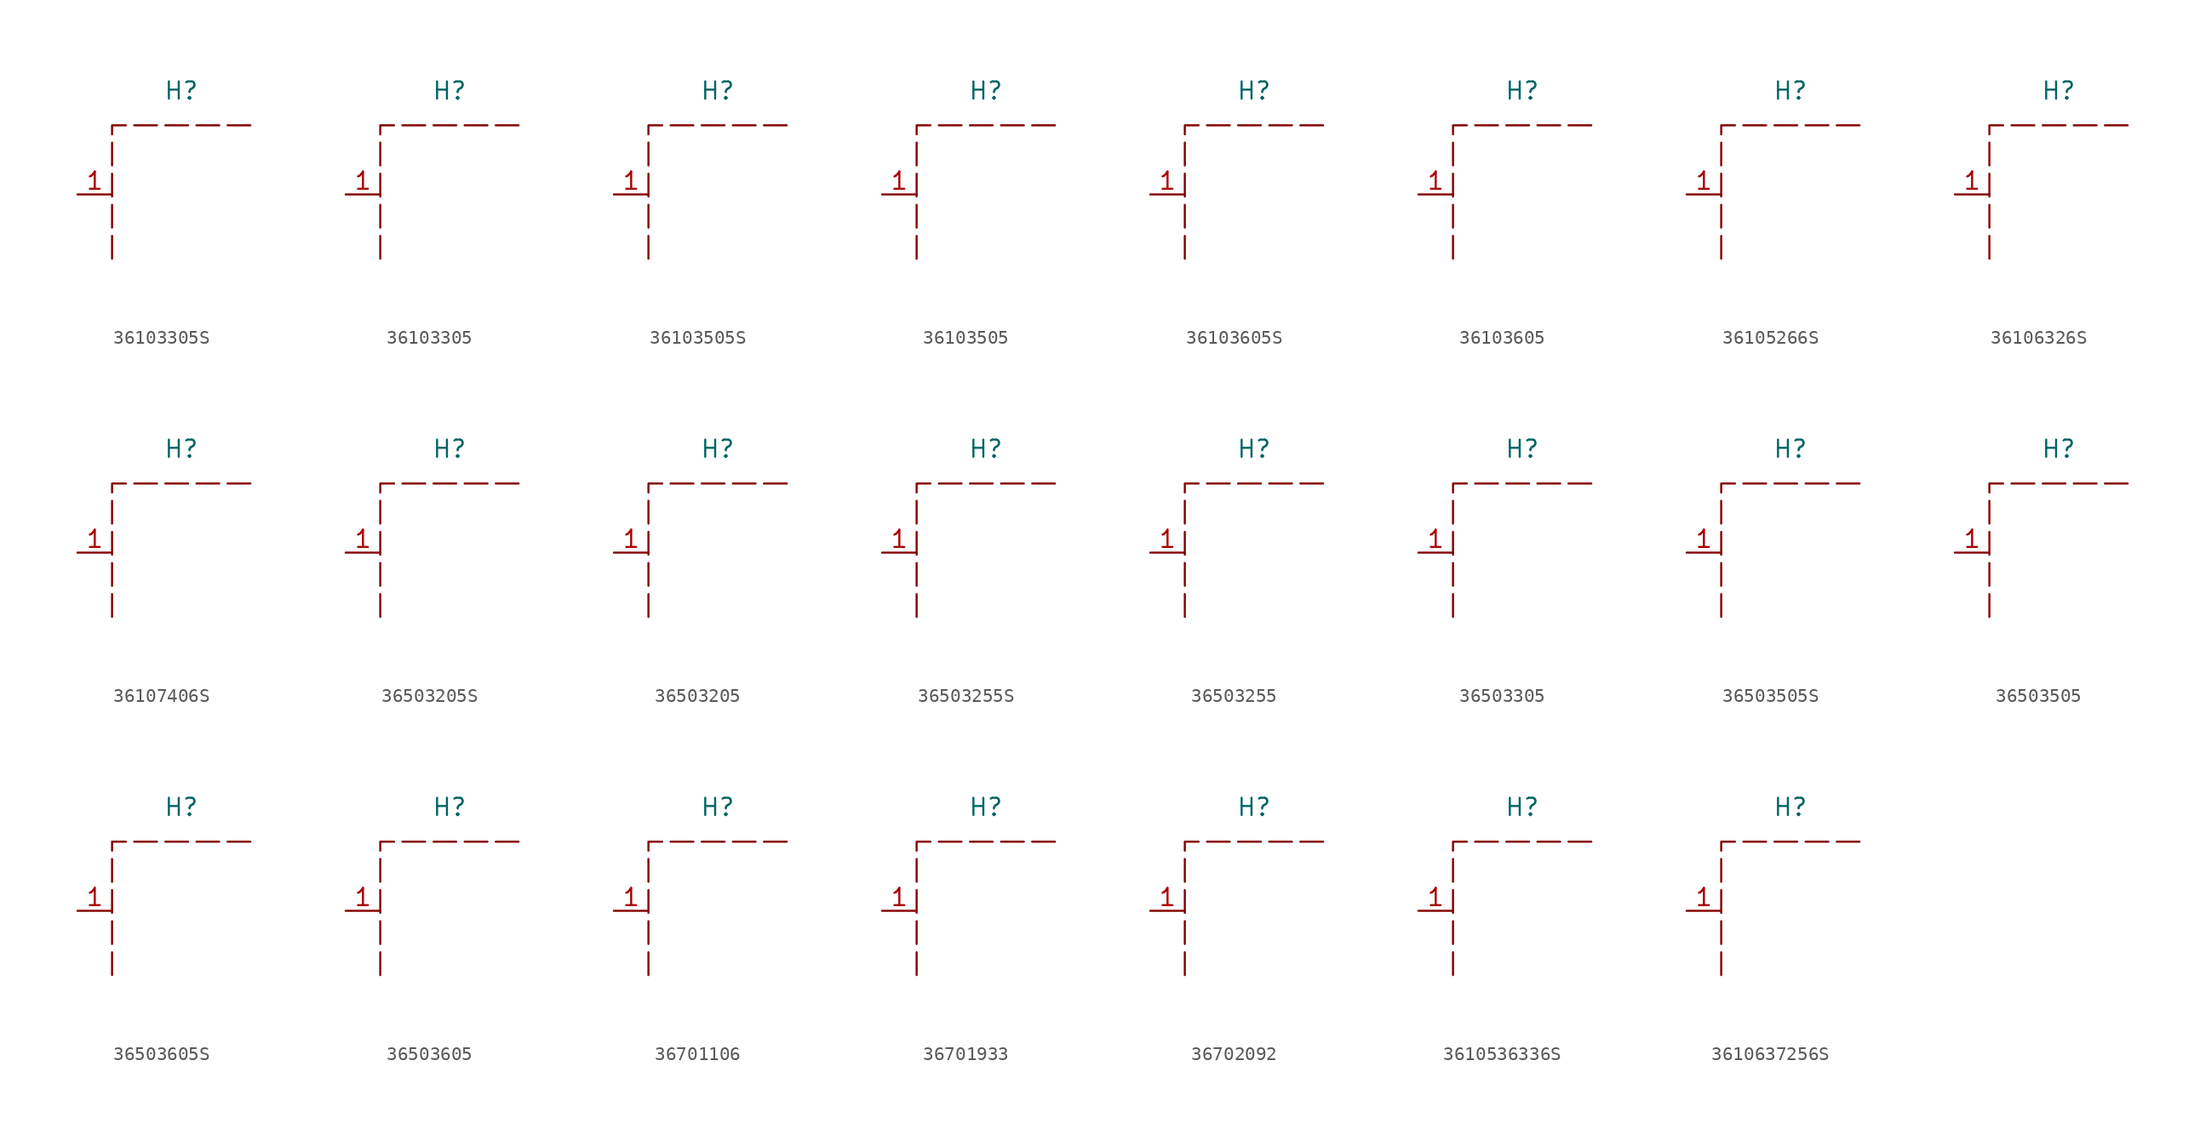
<source format=kicad_sym>
(kicad_symbol_lib
  (version 20220914)
  (generator kicad_symbol_editor)
  (symbol "36103305S"
    (pin_names hide)
    (property "Reference" "H"
      (at 0 7.62 0)
      (effects (font (size 1.27 1.27))))
    (property "Critical Parameter" ""
      (at 0 -7.62 0)
      (effects (font (size 1.27 1.27))))
    (symbol "36103305S_1_1"
      (polyline (pts (xy 5.08 5.08) (xy -5.08 5.08) (xy -5.08 -5.08)) (stroke (width 0) (type dash)) (fill (type none)))
      (pin power_in line (at -7.62 0 0) (length 2.54) (name "GND" (effects (font (size 1.27 1.27)))) (number "1" (effects (font (size 1.27 1.27)))))))
  (symbol "36103305"
    (pin_names hide)
    (property "Reference" "H"
      (at 0 7.62 0)
      (effects (font (size 1.27 1.27))))
    (property "Critical Parameter" ""
      (at 0 -7.62 0)
      (effects (font (size 1.27 1.27))))
    (symbol "36103305_1_1"
      (polyline (pts (xy 5.08 5.08) (xy -5.08 5.08) (xy -5.08 -5.08)) (stroke (width 0) (type dash)) (fill (type none)))
      (pin power_in line (at -7.62 0 0) (length 2.54) (name "GND" (effects (font (size 1.27 1.27)))) (number "1" (effects (font (size 1.27 1.27)))))))
  (symbol "36103505S"
    (pin_names hide)
    (property "Reference" "H"
      (at 0 7.62 0)
      (effects (font (size 1.27 1.27))))
    (property "Critical Parameter" ""
      (at 0 -7.62 0)
      (effects (font (size 1.27 1.27))))
    (symbol "36103505S_1_1"
      (polyline (pts (xy 5.08 5.08) (xy -5.08 5.08) (xy -5.08 -5.08)) (stroke (width 0) (type dash)) (fill (type none)))
      (pin power_in line (at -7.62 0 0) (length 2.54) (name "GND" (effects (font (size 1.27 1.27)))) (number "1" (effects (font (size 1.27 1.27)))))))
  (symbol "36103505"
    (pin_names hide)
    (property "Reference" "H"
      (at 0 7.62 0)
      (effects (font (size 1.27 1.27))))
    (property "Critical Parameter" ""
      (at 0 -7.62 0)
      (effects (font (size 1.27 1.27))))
    (symbol "36103505_1_1"
      (polyline (pts (xy 5.08 5.08) (xy -5.08 5.08) (xy -5.08 -5.08)) (stroke (width 0) (type dash)) (fill (type none)))
      (pin power_in line (at -7.62 0 0) (length 2.54) (name "GND" (effects (font (size 1.27 1.27)))) (number "1" (effects (font (size 1.27 1.27)))))))
  (symbol "36103605S"
    (pin_names hide)
    (property "Reference" "H"
      (at 0 7.62 0)
      (effects (font (size 1.27 1.27))))
    (property "Critical Parameter" ""
      (at 0 -7.62 0)
      (effects (font (size 1.27 1.27))))
    (symbol "36103605S_1_1"
      (polyline (pts (xy 5.08 5.08) (xy -5.08 5.08) (xy -5.08 -5.08)) (stroke (width 0) (type dash)) (fill (type none)))
      (pin power_in line (at -7.62 0 0) (length 2.54) (name "GND" (effects (font (size 1.27 1.27)))) (number "1" (effects (font (size 1.27 1.27)))))))
  (symbol "36103605"
    (pin_names hide)
    (property "Reference" "H"
      (at 0 7.62 0)
      (effects (font (size 1.27 1.27))))
    (property "Critical Parameter" ""
      (at 0 -7.62 0)
      (effects (font (size 1.27 1.27))))
    (symbol "36103605_1_1"
      (polyline (pts (xy 5.08 5.08) (xy -5.08 5.08) (xy -5.08 -5.08)) (stroke (width 0) (type dash)) (fill (type none)))
      (pin power_in line (at -7.62 0 0) (length 2.54) (name "GND" (effects (font (size 1.27 1.27)))) (number "1" (effects (font (size 1.27 1.27)))))))
  (symbol "36105266S"
    (pin_names hide)
    (property "Reference" "H"
      (at 0 7.62 0)
      (effects (font (size 1.27 1.27))))
    (property "Critical Parameter" ""
      (at 0 -7.62 0)
      (effects (font (size 1.27 1.27))))
    (symbol "36105266S_1_1"
      (polyline (pts (xy 5.08 5.08) (xy -5.08 5.08) (xy -5.08 -5.08)) (stroke (width 0) (type dash)) (fill (type none)))
      (pin power_in line (at -7.62 0 0) (length 2.54) (name "GND" (effects (font (size 1.27 1.27)))) (number "1" (effects (font (size 1.27 1.27)))))))
  (symbol "36106326S"
    (pin_names hide)
    (property "Reference" "H"
      (at 0 7.62 0)
      (effects (font (size 1.27 1.27))))
    (property "Critical Parameter" ""
      (at 0 -7.62 0)
      (effects (font (size 1.27 1.27))))
    (symbol "36106326S_1_1"
      (polyline (pts (xy 5.08 5.08) (xy -5.08 5.08) (xy -5.08 -5.08)) (stroke (width 0) (type dash)) (fill (type none)))
      (pin power_in line (at -7.62 0 0) (length 2.54) (name "GND" (effects (font (size 1.27 1.27)))) (number "1" (effects (font (size 1.27 1.27)))))))
  (symbol "36107406S"
    (pin_names hide)
    (property "Reference" "H"
      (at 0 7.62 0)
      (effects (font (size 1.27 1.27))))
    (property "Critical Parameter" ""
      (at 0 -7.62 0)
      (effects (font (size 1.27 1.27))))
    (symbol "36107406S_1_1"
      (polyline (pts (xy 5.08 5.08) (xy -5.08 5.08) (xy -5.08 -5.08)) (stroke (width 0) (type dash)) (fill (type none)))
      (pin power_in line (at -7.62 0 0) (length 2.54) (name "GND" (effects (font (size 1.27 1.27)))) (number "1" (effects (font (size 1.27 1.27)))))))
  (symbol "36503205S"
    (pin_names hide)
    (property "Reference" "H"
      (at 0 7.62 0)
      (effects (font (size 1.27 1.27))))
    (property "Critical Parameter" ""
      (at 0 -7.62 0)
      (effects (font (size 1.27 1.27))))
    (symbol "36503205S_1_1"
      (polyline (pts (xy 5.08 5.08) (xy -5.08 5.08) (xy -5.08 -5.08)) (stroke (width 0) (type dash)) (fill (type none)))
      (pin power_in line (at -7.62 0 0) (length 2.54) (name "GND" (effects (font (size 1.27 1.27)))) (number "1" (effects (font (size 1.27 1.27)))))))
  (symbol "36503205"
    (pin_names hide)
    (property "Reference" "H"
      (at 0 7.62 0)
      (effects (font (size 1.27 1.27))))
    (property "Critical Parameter" ""
      (at 0 -7.62 0)
      (effects (font (size 1.27 1.27))))
    (symbol "36503205_1_1"
      (polyline (pts (xy 5.08 5.08) (xy -5.08 5.08) (xy -5.08 -5.08)) (stroke (width 0) (type dash)) (fill (type none)))
      (pin power_in line (at -7.62 0 0) (length 2.54) (name "GND" (effects (font (size 1.27 1.27)))) (number "1" (effects (font (size 1.27 1.27)))))))
  (symbol "36503255S"
    (pin_names hide)
    (property "Reference" "H"
      (at 0 7.62 0)
      (effects (font (size 1.27 1.27))))
    (property "Critical Parameter" ""
      (at 0 -7.62 0)
      (effects (font (size 1.27 1.27))))
    (symbol "36503255S_1_1"
      (polyline (pts (xy 5.08 5.08) (xy -5.08 5.08) (xy -5.08 -5.08)) (stroke (width 0) (type dash)) (fill (type none)))
      (pin power_in line (at -7.62 0 0) (length 2.54) (name "GND" (effects (font (size 1.27 1.27)))) (number "1" (effects (font (size 1.27 1.27)))))))
  (symbol "36503255"
    (pin_names hide)
    (property "Reference" "H"
      (at 0 7.62 0)
      (effects (font (size 1.27 1.27))))
    (property "Critical Parameter" ""
      (at 0 -7.62 0)
      (effects (font (size 1.27 1.27))))
    (symbol "36503255_1_1"
      (polyline (pts (xy 5.08 5.08) (xy -5.08 5.08) (xy -5.08 -5.08)) (stroke (width 0) (type dash)) (fill (type none)))
      (pin power_in line (at -7.62 0 0) (length 2.54) (name "GND" (effects (font (size 1.27 1.27)))) (number "1" (effects (font (size 1.27 1.27)))))))
  (symbol "36503305"
    (pin_names hide)
    (property "Reference" "H"
      (at 0 7.62 0)
      (effects (font (size 1.27 1.27))))
    (property "Critical Parameter" ""
      (at 0 -7.62 0)
      (effects (font (size 1.27 1.27))))
    (symbol "36503305_1_1"
      (polyline (pts (xy 5.08 5.08) (xy -5.08 5.08) (xy -5.08 -5.08)) (stroke (width 0) (type dash)) (fill (type none)))
      (pin power_in line (at -7.62 0 0) (length 2.54) (name "GND" (effects (font (size 1.27 1.27)))) (number "1" (effects (font (size 1.27 1.27)))))))
  (symbol "36503505S"
    (pin_names hide)
    (property "Reference" "H"
      (at 0 7.62 0)
      (effects (font (size 1.27 1.27))))
    (property "Critical Parameter" ""
      (at 0 -7.62 0)
      (effects (font (size 1.27 1.27))))
    (symbol "36503505S_1_1"
      (polyline (pts (xy 5.08 5.08) (xy -5.08 5.08) (xy -5.08 -5.08)) (stroke (width 0) (type dash)) (fill (type none)))
      (pin power_in line (at -7.62 0 0) (length 2.54) (name "GND" (effects (font (size 1.27 1.27)))) (number "1" (effects (font (size 1.27 1.27)))))))
  (symbol "36503505"
    (pin_names hide)
    (property "Reference" "H"
      (at 0 7.62 0)
      (effects (font (size 1.27 1.27))))
    (property "Critical Parameter" ""
      (at 0 -7.62 0)
      (effects (font (size 1.27 1.27))))
    (symbol "36503505_1_1"
      (polyline (pts (xy 5.08 5.08) (xy -5.08 5.08) (xy -5.08 -5.08)) (stroke (width 0) (type dash)) (fill (type none)))
      (pin power_in line (at -7.62 0 0) (length 2.54) (name "GND" (effects (font (size 1.27 1.27)))) (number "1" (effects (font (size 1.27 1.27)))))))
  (symbol "36503605S"
    (pin_names hide)
    (property "Reference" "H"
      (at 0 7.62 0)
      (effects (font (size 1.27 1.27))))
    (property "Critical Parameter" ""
      (at 0 -7.62 0)
      (effects (font (size 1.27 1.27))))
    (symbol "36503605S_1_1"
      (polyline (pts (xy 5.08 5.08) (xy -5.08 5.08) (xy -5.08 -5.08)) (stroke (width 0) (type dash)) (fill (type none)))
      (pin power_in line (at -7.62 0 0) (length 2.54) (name "GND" (effects (font (size 1.27 1.27)))) (number "1" (effects (font (size 1.27 1.27)))))))
  (symbol "36503605"
    (pin_names hide)
    (property "Reference" "H"
      (at 0 7.62 0)
      (effects (font (size 1.27 1.27))))
    (property "Critical Parameter" ""
      (at 0 -7.62 0)
      (effects (font (size 1.27 1.27))))
    (symbol "36503605_1_1"
      (polyline (pts (xy 5.08 5.08) (xy -5.08 5.08) (xy -5.08 -5.08)) (stroke (width 0) (type dash)) (fill (type none)))
      (pin power_in line (at -7.62 0 0) (length 2.54) (name "GND" (effects (font (size 1.27 1.27)))) (number "1" (effects (font (size 1.27 1.27)))))))
  (symbol "36701106"
    (pin_names hide)
    (property "Reference" "H"
      (at 0 7.62 0)
      (effects (font (size 1.27 1.27))))
    (property "Critical Parameter" ""
      (at 0 -7.62 0)
      (effects (font (size 1.27 1.27))))
    (symbol "36701106_1_1"
      (polyline (pts (xy 5.08 5.08) (xy -5.08 5.08) (xy -5.08 -5.08)) (stroke (width 0) (type dash)) (fill (type none)))
      (pin power_in line (at -7.62 0 0) (length 2.54) (name "GND" (effects (font (size 1.27 1.27)))) (number "1" (effects (font (size 1.27 1.27)))))))
  (symbol "36701933"
    (pin_names hide)
    (property "Reference" "H"
      (at 0 7.62 0)
      (effects (font (size 1.27 1.27))))
    (property "Critical Parameter" ""
      (at 0 -7.62 0)
      (effects (font (size 1.27 1.27))))
    (symbol "36701933_1_1"
      (polyline (pts (xy 5.08 5.08) (xy -5.08 5.08) (xy -5.08 -5.08)) (stroke (width 0) (type dash)) (fill (type none)))
      (pin power_in line (at -7.62 0 0) (length 2.54) (name "GND" (effects (font (size 1.27 1.27)))) (number "1" (effects (font (size 1.27 1.27)))))))
  (symbol "36702092"
    (pin_names hide)
    (property "Reference" "H"
      (at 0 7.62 0)
      (effects (font (size 1.27 1.27))))
    (property "Critical Parameter" ""
      (at 0 -7.62 0)
      (effects (font (size 1.27 1.27))))
    (symbol "36702092_1_1"
      (polyline (pts (xy 5.08 5.08) (xy -5.08 5.08) (xy -5.08 -5.08)) (stroke (width 0) (type dash)) (fill (type none)))
      (pin power_in line (at -7.62 0 0) (length 2.54) (name "GND" (effects (font (size 1.27 1.27)))) (number "1" (effects (font (size 1.27 1.27)))))))
  (symbol "3610536336S"
    (pin_names hide)
    (property "Reference" "H"
      (at 0 7.62 0)
      (effects (font (size 1.27 1.27))))
    (property "Critical Parameter" ""
      (at 0 -7.62 0)
      (effects (font (size 1.27 1.27))))
    (symbol "3610536336S_1_1"
      (polyline (pts (xy 5.08 5.08) (xy -5.08 5.08) (xy -5.08 -5.08)) (stroke (width 0) (type dash)) (fill (type none)))
      (pin power_in line (at -7.62 0 0) (length 2.54) (name "GND" (effects (font (size 1.27 1.27)))) (number "1" (effects (font (size 1.27 1.27)))))))
  (symbol "3610637256S"
    (pin_names hide)
    (property "Reference" "H"
      (at 0 7.62 0)
      (effects (font (size 1.27 1.27))))
    (property "Critical Parameter" ""
      (at 0 -7.62 0)
      (effects (font (size 1.27 1.27))))
    (symbol "3610637256S_1_1"
      (polyline (pts (xy 5.08 5.08) (xy -5.08 5.08) (xy -5.08 -5.08)) (stroke (width 0) (type dash)) (fill (type none)))
      (pin power_in line (at -7.62 0 0) (length 2.54) (name "GND" (effects (font (size 1.27 1.27)))) (number "1" (effects (font (size 1.27 1.27))))))))
</source>
